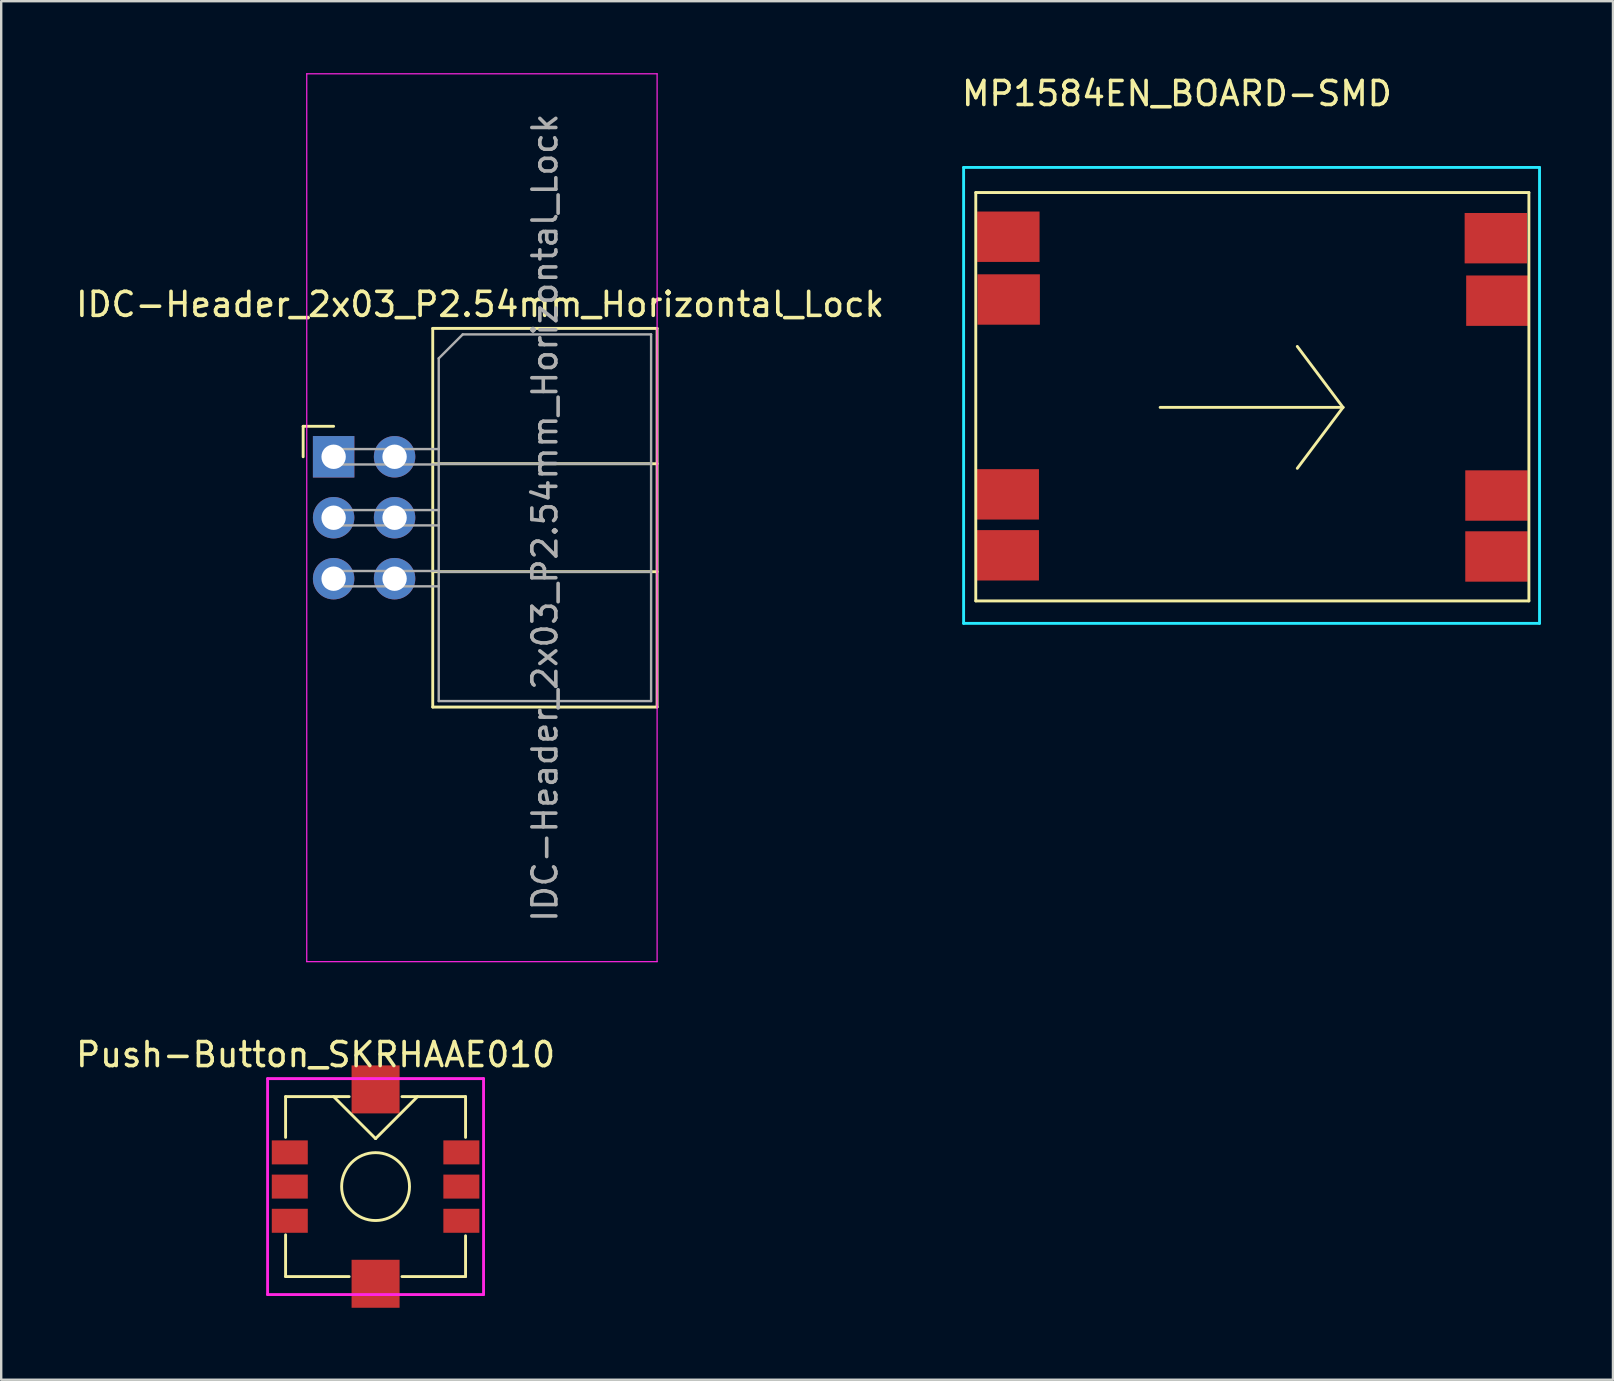
<source format=kicad_pcb>
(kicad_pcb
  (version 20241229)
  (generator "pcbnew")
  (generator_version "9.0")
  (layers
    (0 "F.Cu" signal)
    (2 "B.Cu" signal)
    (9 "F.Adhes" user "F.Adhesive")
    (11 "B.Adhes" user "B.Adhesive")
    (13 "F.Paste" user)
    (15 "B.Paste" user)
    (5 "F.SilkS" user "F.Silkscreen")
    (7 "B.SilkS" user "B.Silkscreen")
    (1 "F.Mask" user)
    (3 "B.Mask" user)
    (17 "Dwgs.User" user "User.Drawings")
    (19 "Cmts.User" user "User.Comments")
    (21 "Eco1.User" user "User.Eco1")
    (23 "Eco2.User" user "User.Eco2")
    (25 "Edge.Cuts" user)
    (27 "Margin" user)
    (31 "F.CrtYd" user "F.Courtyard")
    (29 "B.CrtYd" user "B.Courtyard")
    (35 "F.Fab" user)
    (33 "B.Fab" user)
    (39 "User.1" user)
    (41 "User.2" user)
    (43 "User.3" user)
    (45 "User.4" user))
  (footprint "MP1584EN_BOARD-SMD"
    (layer "F.Cu")
    (at 49.106 13.927)
    (property "Reference" "MP1584EN_BOARD-SMD" (at -3.111 -13.079 0) (layer "F.SilkS") (effects (font (size 1 1) (thickness 0.15))))
    (attr through_hole)
    (fp_line (start -11.493 -8.954) (end 11.557 -8.954) (stroke (width 0.12) (type solid)) (layer "F.SilkS"))
    (fp_line (start -11.493 8.065) (end -11.493 -8.954) (stroke (width 0.12) (type solid)) (layer "F.SilkS"))
    (fp_line (start -3.81 0) (end 3.81 0) (stroke (width 0.12) (type solid)) (layer "F.SilkS"))
    (fp_line (start 3.81 0) (end 1.905 -2.54) (stroke (width 0.12) (type solid)) (layer "F.SilkS"))
    (fp_line (start 3.81 0) (end 1.905 2.54) (stroke (width 0.12) (type solid)) (layer "F.SilkS"))
    (fp_line (start 11.557 -8.954) (end 11.557 8.065) (stroke (width 0.12) (type solid)) (layer "F.SilkS"))
    (fp_line (start 11.557 8.065) (end -11.493 8.065) (stroke (width 0.12) (type solid)) (layer "F.SilkS"))
    (fp_line (start -12 -10) (end -12 9) (stroke (width 0.12) (type solid)) (layer "B.CrtYd"))
    (fp_line (start -12 9) (end 12 9) (stroke (width 0.12) (type solid)) (layer "B.CrtYd"))
    (fp_line (start 12 -10) (end -12 -10) (stroke (width 0.12) (type solid)) (layer "B.CrtYd"))
    (fp_line (start 12 9) (end 12 -10) (stroke (width 0.12) (type solid)) (layer "B.CrtYd"))
    (pad "1" smd rect (at -10.135 -7.112 90) (size 2.1 2.6) (layers "F.Cu" "F.Mask" "F.Paste"))
    (pad "1" smd rect (at -10.122 -4.496 90) (size 2.1 2.6) (layers "F.Cu" "F.Mask" "F.Paste"))
    (pad "2" smd rect (at -10.16 3.624 90) (size 2.1 2.6) (layers "F.Cu" "F.Mask" "F.Paste"))
    (pad "2" smd rect (at -10.16 6.164 90) (size 2.1 2.6) (layers "F.Cu" "F.Mask" "F.Paste"))
    (pad "3" smd rect (at 10.179 -7.051 90) (size 2.1 2.6) (layers "F.Cu" "F.Mask" "F.Paste"))
    (pad "3" smd rect (at 10.243 -4.447 90) (size 2.1 2.6) (layers "F.Cu" "F.Mask" "F.Paste"))
    (pad "4" smd rect (at 10.205 3.673 90) (size 2.1 2.6) (layers "F.Cu" "F.Mask" "F.Paste"))
    (pad "4" smd rect (at 10.205 6.213 90) (size 2.1 2.6) (layers "F.Cu" "F.Mask" "F.Paste")))
  (footprint "IDC-Header_2x03_P2.54mm_Horizontal_Lock"
    (layer "F.Cu")
    (at 10.853 15.985)
    (property "Reference" "IDC-Header_2x03_P2.54mm_Horizontal_Lock" (at 6.105 -6.35 0) (layer "F.SilkS") (effects (font (size 1 1) (thickness 0.15))))
    (attr through_hole)
    (fp_line (start -1.27 -1.27) (end -1.27 0) (stroke (width 0.12) (type solid)) (layer "F.SilkS"))
    (fp_line (start 0 -1.27) (end -1.27 -1.27) (stroke (width 0.12) (type solid)) (layer "F.SilkS"))
    (fp_line (start 4.13 -5.35) (end 13.48 -5.35) (stroke (width 0.12) (type solid)) (layer "F.SilkS"))
    (fp_line (start 4.13 0.29) (end 13.48 0.29) (stroke (width 0.12) (type solid)) (layer "F.SilkS"))
    (fp_line (start 4.13 4.79) (end 13.48 4.79) (stroke (width 0.12) (type solid)) (layer "F.SilkS"))
    (fp_line (start 4.13 10.43) (end 4.13 -5.35) (stroke (width 0.12) (type solid)) (layer "F.SilkS"))
    (fp_line (start 4.13 10.43) (end 13.48 10.43) (stroke (width 0.12) (type solid)) (layer "F.SilkS"))
    (fp_line (start 13.48 -5.35) (end 13.48 10.43) (stroke (width 0.12) (type solid)) (layer "F.SilkS"))
    (fp_line (start -1.12 -15.96) (end 13.48 -15.96) (stroke (width 0.05) (type solid)) (layer "F.CrtYd"))
    (fp_line (start -1.12 21.04) (end -1.12 -15.96) (stroke (width 0.05) (type solid)) (layer "F.CrtYd"))
    (fp_line (start 13.48 -15.96) (end 13.48 21.04) (stroke (width 0.05) (type solid)) (layer "F.CrtYd"))
    (fp_line (start 13.48 21.04) (end -1.12 21.04) (stroke (width 0.05) (type solid)) (layer "F.CrtYd"))
    (fp_line (start -0.32 -0.32) (end -0.32 0.32) (stroke (width 0.1) (type solid)) (layer "F.Fab"))
    (fp_line (start -0.32 0.32) (end 4.38 0.32) (stroke (width 0.1) (type solid)) (layer "F.Fab"))
    (fp_line (start -0.32 2.22) (end -0.32 2.86) (stroke (width 0.1) (type solid)) (layer "F.Fab"))
    (fp_line (start -0.32 2.86) (end 4.38 2.86) (stroke (width 0.1) (type solid)) (layer "F.Fab"))
    (fp_line (start -0.32 4.76) (end -0.32 5.4) (stroke (width 0.1) (type solid)) (layer "F.Fab"))
    (fp_line (start -0.32 5.4) (end 4.38 5.4) (stroke (width 0.1) (type solid)) (layer "F.Fab"))
    (fp_line (start 4.38 -4.1) (end 5.38 -5.1) (stroke (width 0.1) (type solid)) (layer "F.Fab"))
    (fp_line (start 4.38 -0.32) (end -0.32 -0.32) (stroke (width 0.1) (type solid)) (layer "F.Fab"))
    (fp_line (start 4.38 0.29) (end 13.23 0.29) (stroke (width 0.1) (type solid)) (layer "F.Fab"))
    (fp_line (start 4.38 2.22) (end -0.32 2.22) (stroke (width 0.1) (type solid)) (layer "F.Fab"))
    (fp_line (start 4.38 4.76) (end -0.32 4.76) (stroke (width 0.1) (type solid)) (layer "F.Fab"))
    (fp_line (start 4.38 4.79) (end 13.23 4.79) (stroke (width 0.1) (type solid)) (layer "F.Fab"))
    (fp_line (start 4.38 10.18) (end 4.38 -4.1) (stroke (width 0.1) (type solid)) (layer "F.Fab"))
    (fp_line (start 4.38 10.18) (end 13.23 10.18) (stroke (width 0.1) (type solid)) (layer "F.Fab"))
    (fp_line (start 5.38 -5.1) (end 13.23 -5.1) (stroke (width 0.1) (type solid)) (layer "F.Fab"))
    (fp_line (start 13.23 10.18) (end 13.23 -5.1) (stroke (width 0.1) (type solid)) (layer "F.Fab"))
    (fp_text user "${REFERENCE}" (at 8.805 2.54 90) (layer "F.Fab") (effects (font (size 1 1) (thickness 0.15))))
    (pad "1" thru_hole rect (at 0 0) (size 1.727 1.727) (drill 1.016) (layers "*.Cu" "*.Mask"))
    (pad "2" thru_hole oval (at 2.54 0) (size 1.727 1.727) (drill 1.016) (layers "*.Cu" "*.Mask"))
    (pad "3" thru_hole oval (at 0 2.54) (size 1.727 1.727) (drill 1.016) (layers "*.Cu" "*.Mask"))
    (pad "4" thru_hole oval (at 2.54 2.54) (size 1.727 1.727) (drill 1.016) (layers "*.Cu" "*.Mask"))
    (pad "5" thru_hole oval (at 0 5.08) (size 1.727 1.727) (drill 1.016) (layers "*.Cu" "*.Mask"))
    (pad "6" thru_hole oval (at 2.54 5.08) (size 1.727 1.727) (drill 1.016) (layers "*.Cu" "*.Mask")))
  (footprint "Push-Button_SKRHAAE010"
    (layer "F.Cu")
    (at 12.601 46.398)
    (property "Reference" "Push-Button_SKRHAAE010" (at -2.5 -5.5 0) (layer "F.SilkS") (effects (font (size 1 1) (thickness 0.15))))
    (attr through_hole)
    (fp_line (start -3.75 -3.75) (end -3.75 -2.05) (stroke (width 0.12) (type solid)) (layer "F.SilkS"))
    (fp_line (start -3.75 -3.75) (end -1.1 -3.75) (stroke (width 0.12) (type solid)) (layer "F.SilkS"))
    (fp_line (start -3.75 3.75) (end -3.75 2.01) (stroke (width 0.12) (type solid)) (layer "F.SilkS"))
    (fp_line (start -3.75 3.75) (end -1.1 3.75) (stroke (width 0.12) (type solid)) (layer "F.SilkS"))
    (fp_line (start 0 -2) (end -1.75 -3.75) (stroke (width 0.12) (type solid)) (layer "F.SilkS"))
    (fp_line (start 0 -2) (end 1.75 -3.75) (stroke (width 0.12) (type solid)) (layer "F.SilkS"))
    (fp_line (start 3.75 -3.75) (end 1.1 -3.75) (stroke (width 0.12) (type solid)) (layer "F.SilkS"))
    (fp_line (start 3.75 -3.75) (end 3.75 -2.05) (stroke (width 0.12) (type solid)) (layer "F.SilkS"))
    (fp_line (start 3.75 3.75) (end 1.1 3.75) (stroke (width 0.12) (type solid)) (layer "F.SilkS"))
    (fp_line (start 3.75 3.75) (end 3.75 2.05) (stroke (width 0.12) (type solid)) (layer "F.SilkS"))
    (fp_circle (center 0 0) (end 1 1) (stroke (width 0.12) (type solid)) (fill no) (layer "F.SilkS"))
    (fp_line (start -4.5 -4.5) (end -4.5 4.5) (stroke (width 0.12) (type solid)) (layer "F.CrtYd"))
    (fp_line (start -4.5 4.5) (end 4.5 4.5) (stroke (width 0.12) (type solid)) (layer "F.CrtYd"))
    (fp_line (start 4.5 -4.5) (end -4.5 -4.5) (stroke (width 0.12) (type solid)) (layer "F.CrtYd"))
    (fp_line (start 4.5 4.5) (end 4.5 -4.5) (stroke (width 0.12) (type solid)) (layer "F.CrtYd"))
    (pad "" smd rect (at 0 -4.05) (size 2 2) (layers "F.Cu" "F.Mask" "F.Paste"))
    (pad "" smd rect (at 0 4.05) (size 2 2) (layers "F.Cu" "F.Mask" "F.Paste"))
    (pad "1" smd rect (at -3.575 -1.425) (size 1.5 1) (layers "F.Cu" "F.Mask" "F.Paste"))
    (pad "2" smd rect (at -3.575 0) (size 1.5 1) (layers "F.Cu" "F.Mask" "F.Paste"))
    (pad "3" smd rect (at -3.575 1.425) (size 1.5 1) (layers "F.Cu" "F.Mask" "F.Paste"))
    (pad "4" smd rect (at 3.575 -1.425) (size 1.5 1) (layers "F.Cu" "F.Mask" "F.Paste"))
    (pad "5" smd rect (at 3.575 0) (size 1.5 1) (layers "F.Cu" "F.Mask" "F.Paste"))
    (pad "6" smd rect (at 3.575 1.425) (size 1.5 1) (layers "F.Cu" "F.Mask" "F.Paste")))
  (gr_rect
    (start -3 -3)
    (end 64.166 54.448)
    (stroke (width 0.1) (type default))
    (fill no)
    (layer "Edge.Cuts")))
</source>
